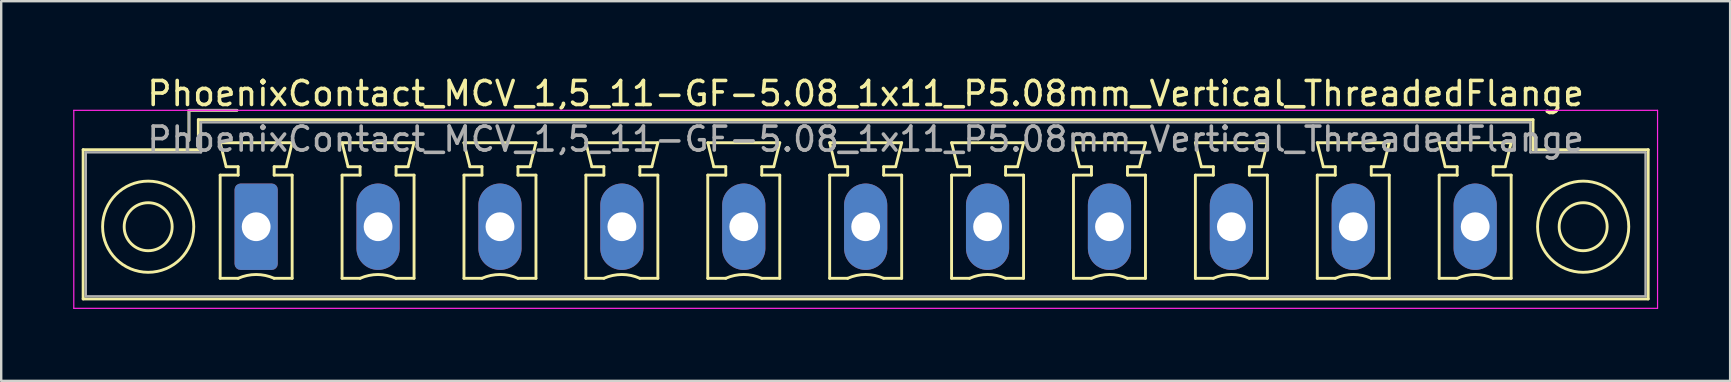
<source format=kicad_pcb>
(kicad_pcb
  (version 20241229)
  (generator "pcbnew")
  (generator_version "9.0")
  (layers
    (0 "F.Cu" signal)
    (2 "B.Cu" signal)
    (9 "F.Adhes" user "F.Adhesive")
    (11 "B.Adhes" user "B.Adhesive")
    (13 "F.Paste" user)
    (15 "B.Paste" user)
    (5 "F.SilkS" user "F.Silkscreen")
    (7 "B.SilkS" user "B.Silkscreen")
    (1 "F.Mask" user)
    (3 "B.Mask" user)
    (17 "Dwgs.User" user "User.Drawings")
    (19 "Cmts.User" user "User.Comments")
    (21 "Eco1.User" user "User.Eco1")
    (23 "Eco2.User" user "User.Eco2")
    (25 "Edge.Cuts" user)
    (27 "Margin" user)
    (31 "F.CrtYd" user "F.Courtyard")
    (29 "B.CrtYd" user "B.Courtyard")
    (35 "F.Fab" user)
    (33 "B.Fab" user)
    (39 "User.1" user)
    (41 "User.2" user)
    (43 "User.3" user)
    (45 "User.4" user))
  (footprint "PhoenixContact_MCV_1,5_11-GF-5.08_1x11_P5.08mm_Vertical_ThreadedFlange"
    (layer "F.Cu")
    (at 7.625 6.398)
    (property "Reference" "PhoenixContact_MCV_1,5_11-GF-5.08_1x11_P5.08mm_Vertical_ThreadedFlange" (at 25.4 -5.55 0) (layer "F.SilkS") (effects (font (size 1 1) (thickness 0.15))))
    (attr through_hole)
    (fp_line (start -7.21 -3.21) (end -7.21 3.01) (stroke (width 0.12) (type solid)) (layer "F.SilkS"))
    (fp_line (start -7.21 3.01) (end 58.01 3.01) (stroke (width 0.12) (type solid)) (layer "F.SilkS"))
    (fp_line (start -2.8 -4.85) (end -0.8 -4.85) (stroke (width 0.12) (type solid)) (layer "F.SilkS"))
    (fp_line (start -2.8 -3.6) (end -2.8 -4.85) (stroke (width 0.12) (type solid)) (layer "F.SilkS"))
    (fp_line (start -2.41 -4.46) (end -2.41 -3.21) (stroke (width 0.12) (type solid)) (layer "F.SilkS"))
    (fp_line (start -2.41 -3.21) (end -7.21 -3.21) (stroke (width 0.12) (type solid)) (layer "F.SilkS"))
    (fp_line (start -1.5 -3.5) (end 1.5 -3.5) (stroke (width 0.12) (type solid)) (layer "F.SilkS"))
    (fp_line (start -1.5 -2.15) (end -0.75 -2.15) (stroke (width 0.12) (type solid)) (layer "F.SilkS"))
    (fp_line (start -1.5 2.15) (end -1.5 -2.15) (stroke (width 0.12) (type solid)) (layer "F.SilkS"))
    (fp_line (start -1.25 -2.5) (end -1.5 -3.5) (stroke (width 0.12) (type solid)) (layer "F.SilkS"))
    (fp_line (start -0.75 -2.5) (end -1.25 -2.5) (stroke (width 0.12) (type solid)) (layer "F.SilkS"))
    (fp_line (start -0.75 -2.15) (end -0.75 -2.5) (stroke (width 0.12) (type solid)) (layer "F.SilkS"))
    (fp_line (start -0.75 2.15) (end -1.5 2.15) (stroke (width 0.12) (type solid)) (layer "F.SilkS"))
    (fp_line (start 0.75 -2.5) (end 0.75 -2.15) (stroke (width 0.12) (type solid)) (layer "F.SilkS"))
    (fp_line (start 0.75 -2.15) (end 1.5 -2.15) (stroke (width 0.12) (type solid)) (layer "F.SilkS"))
    (fp_line (start 1.25 -2.5) (end 0.75 -2.5) (stroke (width 0.12) (type solid)) (layer "F.SilkS"))
    (fp_line (start 1.5 -3.5) (end 1.25 -2.5) (stroke (width 0.12) (type solid)) (layer "F.SilkS"))
    (fp_line (start 1.5 -2.15) (end 1.5 2.15) (stroke (width 0.12) (type solid)) (layer "F.SilkS"))
    (fp_line (start 1.5 2.15) (end 0.75 2.15) (stroke (width 0.12) (type solid)) (layer "F.SilkS"))
    (fp_line (start 3.58 -3.5) (end 6.58 -3.5) (stroke (width 0.12) (type solid)) (layer "F.SilkS"))
    (fp_line (start 3.58 -2.15) (end 4.33 -2.15) (stroke (width 0.12) (type solid)) (layer "F.SilkS"))
    (fp_line (start 3.58 2.15) (end 3.58 -2.15) (stroke (width 0.12) (type solid)) (layer "F.SilkS"))
    (fp_line (start 3.83 -2.5) (end 3.58 -3.5) (stroke (width 0.12) (type solid)) (layer "F.SilkS"))
    (fp_line (start 4.33 -2.5) (end 3.83 -2.5) (stroke (width 0.12) (type solid)) (layer "F.SilkS"))
    (fp_line (start 4.33 -2.15) (end 4.33 -2.5) (stroke (width 0.12) (type solid)) (layer "F.SilkS"))
    (fp_line (start 4.33 2.15) (end 3.58 2.15) (stroke (width 0.12) (type solid)) (layer "F.SilkS"))
    (fp_line (start 5.83 -2.5) (end 5.83 -2.15) (stroke (width 0.12) (type solid)) (layer "F.SilkS"))
    (fp_line (start 5.83 -2.15) (end 6.58 -2.15) (stroke (width 0.12) (type solid)) (layer "F.SilkS"))
    (fp_line (start 6.33 -2.5) (end 5.83 -2.5) (stroke (width 0.12) (type solid)) (layer "F.SilkS"))
    (fp_line (start 6.58 -3.5) (end 6.33 -2.5) (stroke (width 0.12) (type solid)) (layer "F.SilkS"))
    (fp_line (start 6.58 -2.15) (end 6.58 2.15) (stroke (width 0.12) (type solid)) (layer "F.SilkS"))
    (fp_line (start 6.58 2.15) (end 5.83 2.15) (stroke (width 0.12) (type solid)) (layer "F.SilkS"))
    (fp_line (start 8.66 -3.5) (end 11.66 -3.5) (stroke (width 0.12) (type solid)) (layer "F.SilkS"))
    (fp_line (start 8.66 -2.15) (end 9.41 -2.15) (stroke (width 0.12) (type solid)) (layer "F.SilkS"))
    (fp_line (start 8.66 2.15) (end 8.66 -2.15) (stroke (width 0.12) (type solid)) (layer "F.SilkS"))
    (fp_line (start 8.91 -2.5) (end 8.66 -3.5) (stroke (width 0.12) (type solid)) (layer "F.SilkS"))
    (fp_line (start 9.41 -2.5) (end 8.91 -2.5) (stroke (width 0.12) (type solid)) (layer "F.SilkS"))
    (fp_line (start 9.41 -2.15) (end 9.41 -2.5) (stroke (width 0.12) (type solid)) (layer "F.SilkS"))
    (fp_line (start 9.41 2.15) (end 8.66 2.15) (stroke (width 0.12) (type solid)) (layer "F.SilkS"))
    (fp_line (start 10.91 -2.5) (end 10.91 -2.15) (stroke (width 0.12) (type solid)) (layer "F.SilkS"))
    (fp_line (start 10.91 -2.15) (end 11.66 -2.15) (stroke (width 0.12) (type solid)) (layer "F.SilkS"))
    (fp_line (start 11.41 -2.5) (end 10.91 -2.5) (stroke (width 0.12) (type solid)) (layer "F.SilkS"))
    (fp_line (start 11.66 -3.5) (end 11.41 -2.5) (stroke (width 0.12) (type solid)) (layer "F.SilkS"))
    (fp_line (start 11.66 -2.15) (end 11.66 2.15) (stroke (width 0.12) (type solid)) (layer "F.SilkS"))
    (fp_line (start 11.66 2.15) (end 10.91 2.15) (stroke (width 0.12) (type solid)) (layer "F.SilkS"))
    (fp_line (start 13.74 -3.5) (end 16.74 -3.5) (stroke (width 0.12) (type solid)) (layer "F.SilkS"))
    (fp_line (start 13.74 -2.15) (end 14.49 -2.15) (stroke (width 0.12) (type solid)) (layer "F.SilkS"))
    (fp_line (start 13.74 2.15) (end 13.74 -2.15) (stroke (width 0.12) (type solid)) (layer "F.SilkS"))
    (fp_line (start 13.99 -2.5) (end 13.74 -3.5) (stroke (width 0.12) (type solid)) (layer "F.SilkS"))
    (fp_line (start 14.49 -2.5) (end 13.99 -2.5) (stroke (width 0.12) (type solid)) (layer "F.SilkS"))
    (fp_line (start 14.49 -2.15) (end 14.49 -2.5) (stroke (width 0.12) (type solid)) (layer "F.SilkS"))
    (fp_line (start 14.49 2.15) (end 13.74 2.15) (stroke (width 0.12) (type solid)) (layer "F.SilkS"))
    (fp_line (start 15.99 -2.5) (end 15.99 -2.15) (stroke (width 0.12) (type solid)) (layer "F.SilkS"))
    (fp_line (start 15.99 -2.15) (end 16.74 -2.15) (stroke (width 0.12) (type solid)) (layer "F.SilkS"))
    (fp_line (start 16.49 -2.5) (end 15.99 -2.5) (stroke (width 0.12) (type solid)) (layer "F.SilkS"))
    (fp_line (start 16.74 -3.5) (end 16.49 -2.5) (stroke (width 0.12) (type solid)) (layer "F.SilkS"))
    (fp_line (start 16.74 -2.15) (end 16.74 2.15) (stroke (width 0.12) (type solid)) (layer "F.SilkS"))
    (fp_line (start 16.74 2.15) (end 15.99 2.15) (stroke (width 0.12) (type solid)) (layer "F.SilkS"))
    (fp_line (start 18.82 -3.5) (end 21.82 -3.5) (stroke (width 0.12) (type solid)) (layer "F.SilkS"))
    (fp_line (start 18.82 -2.15) (end 19.57 -2.15) (stroke (width 0.12) (type solid)) (layer "F.SilkS"))
    (fp_line (start 18.82 2.15) (end 18.82 -2.15) (stroke (width 0.12) (type solid)) (layer "F.SilkS"))
    (fp_line (start 19.07 -2.5) (end 18.82 -3.5) (stroke (width 0.12) (type solid)) (layer "F.SilkS"))
    (fp_line (start 19.57 -2.5) (end 19.07 -2.5) (stroke (width 0.12) (type solid)) (layer "F.SilkS"))
    (fp_line (start 19.57 -2.15) (end 19.57 -2.5) (stroke (width 0.12) (type solid)) (layer "F.SilkS"))
    (fp_line (start 19.57 2.15) (end 18.82 2.15) (stroke (width 0.12) (type solid)) (layer "F.SilkS"))
    (fp_line (start 21.07 -2.5) (end 21.07 -2.15) (stroke (width 0.12) (type solid)) (layer "F.SilkS"))
    (fp_line (start 21.07 -2.15) (end 21.82 -2.15) (stroke (width 0.12) (type solid)) (layer "F.SilkS"))
    (fp_line (start 21.57 -2.5) (end 21.07 -2.5) (stroke (width 0.12) (type solid)) (layer "F.SilkS"))
    (fp_line (start 21.82 -3.5) (end 21.57 -2.5) (stroke (width 0.12) (type solid)) (layer "F.SilkS"))
    (fp_line (start 21.82 -2.15) (end 21.82 2.15) (stroke (width 0.12) (type solid)) (layer "F.SilkS"))
    (fp_line (start 21.82 2.15) (end 21.07 2.15) (stroke (width 0.12) (type solid)) (layer "F.SilkS"))
    (fp_line (start 23.9 -3.5) (end 26.9 -3.5) (stroke (width 0.12) (type solid)) (layer "F.SilkS"))
    (fp_line (start 23.9 -2.15) (end 24.65 -2.15) (stroke (width 0.12) (type solid)) (layer "F.SilkS"))
    (fp_line (start 23.9 2.15) (end 23.9 -2.15) (stroke (width 0.12) (type solid)) (layer "F.SilkS"))
    (fp_line (start 24.15 -2.5) (end 23.9 -3.5) (stroke (width 0.12) (type solid)) (layer "F.SilkS"))
    (fp_line (start 24.65 -2.5) (end 24.15 -2.5) (stroke (width 0.12) (type solid)) (layer "F.SilkS"))
    (fp_line (start 24.65 -2.15) (end 24.65 -2.5) (stroke (width 0.12) (type solid)) (layer "F.SilkS"))
    (fp_line (start 24.65 2.15) (end 23.9 2.15) (stroke (width 0.12) (type solid)) (layer "F.SilkS"))
    (fp_line (start 26.15 -2.5) (end 26.15 -2.15) (stroke (width 0.12) (type solid)) (layer "F.SilkS"))
    (fp_line (start 26.15 -2.15) (end 26.9 -2.15) (stroke (width 0.12) (type solid)) (layer "F.SilkS"))
    (fp_line (start 26.65 -2.5) (end 26.15 -2.5) (stroke (width 0.12) (type solid)) (layer "F.SilkS"))
    (fp_line (start 26.9 -3.5) (end 26.65 -2.5) (stroke (width 0.12) (type solid)) (layer "F.SilkS"))
    (fp_line (start 26.9 -2.15) (end 26.9 2.15) (stroke (width 0.12) (type solid)) (layer "F.SilkS"))
    (fp_line (start 26.9 2.15) (end 26.15 2.15) (stroke (width 0.12) (type solid)) (layer "F.SilkS"))
    (fp_line (start 28.98 -3.5) (end 31.98 -3.5) (stroke (width 0.12) (type solid)) (layer "F.SilkS"))
    (fp_line (start 28.98 -2.15) (end 29.73 -2.15) (stroke (width 0.12) (type solid)) (layer "F.SilkS"))
    (fp_line (start 28.98 2.15) (end 28.98 -2.15) (stroke (width 0.12) (type solid)) (layer "F.SilkS"))
    (fp_line (start 29.23 -2.5) (end 28.98 -3.5) (stroke (width 0.12) (type solid)) (layer "F.SilkS"))
    (fp_line (start 29.73 -2.5) (end 29.23 -2.5) (stroke (width 0.12) (type solid)) (layer "F.SilkS"))
    (fp_line (start 29.73 -2.15) (end 29.73 -2.5) (stroke (width 0.12) (type solid)) (layer "F.SilkS"))
    (fp_line (start 29.73 2.15) (end 28.98 2.15) (stroke (width 0.12) (type solid)) (layer "F.SilkS"))
    (fp_line (start 31.23 -2.5) (end 31.23 -2.15) (stroke (width 0.12) (type solid)) (layer "F.SilkS"))
    (fp_line (start 31.23 -2.15) (end 31.98 -2.15) (stroke (width 0.12) (type solid)) (layer "F.SilkS"))
    (fp_line (start 31.73 -2.5) (end 31.23 -2.5) (stroke (width 0.12) (type solid)) (layer "F.SilkS"))
    (fp_line (start 31.98 -3.5) (end 31.73 -2.5) (stroke (width 0.12) (type solid)) (layer "F.SilkS"))
    (fp_line (start 31.98 -2.15) (end 31.98 2.15) (stroke (width 0.12) (type solid)) (layer "F.SilkS"))
    (fp_line (start 31.98 2.15) (end 31.23 2.15) (stroke (width 0.12) (type solid)) (layer "F.SilkS"))
    (fp_line (start 34.06 -3.5) (end 37.06 -3.5) (stroke (width 0.12) (type solid)) (layer "F.SilkS"))
    (fp_line (start 34.06 -2.15) (end 34.81 -2.15) (stroke (width 0.12) (type solid)) (layer "F.SilkS"))
    (fp_line (start 34.06 2.15) (end 34.06 -2.15) (stroke (width 0.12) (type solid)) (layer "F.SilkS"))
    (fp_line (start 34.31 -2.5) (end 34.06 -3.5) (stroke (width 0.12) (type solid)) (layer "F.SilkS"))
    (fp_line (start 34.81 -2.5) (end 34.31 -2.5) (stroke (width 0.12) (type solid)) (layer "F.SilkS"))
    (fp_line (start 34.81 -2.15) (end 34.81 -2.5) (stroke (width 0.12) (type solid)) (layer "F.SilkS"))
    (fp_line (start 34.81 2.15) (end 34.06 2.15) (stroke (width 0.12) (type solid)) (layer "F.SilkS"))
    (fp_line (start 36.31 -2.5) (end 36.31 -2.15) (stroke (width 0.12) (type solid)) (layer "F.SilkS"))
    (fp_line (start 36.31 -2.15) (end 37.06 -2.15) (stroke (width 0.12) (type solid)) (layer "F.SilkS"))
    (fp_line (start 36.81 -2.5) (end 36.31 -2.5) (stroke (width 0.12) (type solid)) (layer "F.SilkS"))
    (fp_line (start 37.06 -3.5) (end 36.81 -2.5) (stroke (width 0.12) (type solid)) (layer "F.SilkS"))
    (fp_line (start 37.06 -2.15) (end 37.06 2.15) (stroke (width 0.12) (type solid)) (layer "F.SilkS"))
    (fp_line (start 37.06 2.15) (end 36.31 2.15) (stroke (width 0.12) (type solid)) (layer "F.SilkS"))
    (fp_line (start 39.14 -3.5) (end 42.14 -3.5) (stroke (width 0.12) (type solid)) (layer "F.SilkS"))
    (fp_line (start 39.14 -2.15) (end 39.89 -2.15) (stroke (width 0.12) (type solid)) (layer "F.SilkS"))
    (fp_line (start 39.14 2.15) (end 39.14 -2.15) (stroke (width 0.12) (type solid)) (layer "F.SilkS"))
    (fp_line (start 39.39 -2.5) (end 39.14 -3.5) (stroke (width 0.12) (type solid)) (layer "F.SilkS"))
    (fp_line (start 39.89 -2.5) (end 39.39 -2.5) (stroke (width 0.12) (type solid)) (layer "F.SilkS"))
    (fp_line (start 39.89 -2.15) (end 39.89 -2.5) (stroke (width 0.12) (type solid)) (layer "F.SilkS"))
    (fp_line (start 39.89 2.15) (end 39.14 2.15) (stroke (width 0.12) (type solid)) (layer "F.SilkS"))
    (fp_line (start 41.39 -2.5) (end 41.39 -2.15) (stroke (width 0.12) (type solid)) (layer "F.SilkS"))
    (fp_line (start 41.39 -2.15) (end 42.14 -2.15) (stroke (width 0.12) (type solid)) (layer "F.SilkS"))
    (fp_line (start 41.89 -2.5) (end 41.39 -2.5) (stroke (width 0.12) (type solid)) (layer "F.SilkS"))
    (fp_line (start 42.14 -3.5) (end 41.89 -2.5) (stroke (width 0.12) (type solid)) (layer "F.SilkS"))
    (fp_line (start 42.14 -2.15) (end 42.14 2.15) (stroke (width 0.12) (type solid)) (layer "F.SilkS"))
    (fp_line (start 42.14 2.15) (end 41.39 2.15) (stroke (width 0.12) (type solid)) (layer "F.SilkS"))
    (fp_line (start 44.22 -3.5) (end 47.22 -3.5) (stroke (width 0.12) (type solid)) (layer "F.SilkS"))
    (fp_line (start 44.22 -2.15) (end 44.97 -2.15) (stroke (width 0.12) (type solid)) (layer "F.SilkS"))
    (fp_line (start 44.22 2.15) (end 44.22 -2.15) (stroke (width 0.12) (type solid)) (layer "F.SilkS"))
    (fp_line (start 44.47 -2.5) (end 44.22 -3.5) (stroke (width 0.12) (type solid)) (layer "F.SilkS"))
    (fp_line (start 44.97 -2.5) (end 44.47 -2.5) (stroke (width 0.12) (type solid)) (layer "F.SilkS"))
    (fp_line (start 44.97 -2.15) (end 44.97 -2.5) (stroke (width 0.12) (type solid)) (layer "F.SilkS"))
    (fp_line (start 44.97 2.15) (end 44.22 2.15) (stroke (width 0.12) (type solid)) (layer "F.SilkS"))
    (fp_line (start 46.47 -2.5) (end 46.47 -2.15) (stroke (width 0.12) (type solid)) (layer "F.SilkS"))
    (fp_line (start 46.47 -2.15) (end 47.22 -2.15) (stroke (width 0.12) (type solid)) (layer "F.SilkS"))
    (fp_line (start 46.97 -2.5) (end 46.47 -2.5) (stroke (width 0.12) (type solid)) (layer "F.SilkS"))
    (fp_line (start 47.22 -3.5) (end 46.97 -2.5) (stroke (width 0.12) (type solid)) (layer "F.SilkS"))
    (fp_line (start 47.22 -2.15) (end 47.22 2.15) (stroke (width 0.12) (type solid)) (layer "F.SilkS"))
    (fp_line (start 47.22 2.15) (end 46.47 2.15) (stroke (width 0.12) (type solid)) (layer "F.SilkS"))
    (fp_line (start 49.3 -3.5) (end 52.3 -3.5) (stroke (width 0.12) (type solid)) (layer "F.SilkS"))
    (fp_line (start 49.3 -2.15) (end 50.05 -2.15) (stroke (width 0.12) (type solid)) (layer "F.SilkS"))
    (fp_line (start 49.3 2.15) (end 49.3 -2.15) (stroke (width 0.12) (type solid)) (layer "F.SilkS"))
    (fp_line (start 49.55 -2.5) (end 49.3 -3.5) (stroke (width 0.12) (type solid)) (layer "F.SilkS"))
    (fp_line (start 50.05 -2.5) (end 49.55 -2.5) (stroke (width 0.12) (type solid)) (layer "F.SilkS"))
    (fp_line (start 50.05 -2.15) (end 50.05 -2.5) (stroke (width 0.12) (type solid)) (layer "F.SilkS"))
    (fp_line (start 50.05 2.15) (end 49.3 2.15) (stroke (width 0.12) (type solid)) (layer "F.SilkS"))
    (fp_line (start 51.55 -2.5) (end 51.55 -2.15) (stroke (width 0.12) (type solid)) (layer "F.SilkS"))
    (fp_line (start 51.55 -2.15) (end 52.3 -2.15) (stroke (width 0.12) (type solid)) (layer "F.SilkS"))
    (fp_line (start 52.05 -2.5) (end 51.55 -2.5) (stroke (width 0.12) (type solid)) (layer "F.SilkS"))
    (fp_line (start 52.3 -3.5) (end 52.05 -2.5) (stroke (width 0.12) (type solid)) (layer "F.SilkS"))
    (fp_line (start 52.3 -2.15) (end 52.3 2.15) (stroke (width 0.12) (type solid)) (layer "F.SilkS"))
    (fp_line (start 52.3 2.15) (end 51.55 2.15) (stroke (width 0.12) (type solid)) (layer "F.SilkS"))
    (fp_line (start 53.21 -4.46) (end -2.41 -4.46) (stroke (width 0.12) (type solid)) (layer "F.SilkS"))
    (fp_line (start 53.21 -3.21) (end 53.21 -4.46) (stroke (width 0.12) (type solid)) (layer "F.SilkS"))
    (fp_line (start 58.01 -3.21) (end 53.21 -3.21) (stroke (width 0.12) (type solid)) (layer "F.SilkS"))
    (fp_line (start 58.01 3.01) (end 58.01 -3.21) (stroke (width 0.12) (type solid)) (layer "F.SilkS"))
    (fp_arc (start -0.75 2.15) (mid -0.000193 1.99191) (end 0.749647 2.149844) (stroke (width 0.12) (type solid)) (layer "F.SilkS"))
    (fp_arc (start 4.33 2.15) (mid 5.079807 1.99191) (end 5.829647 2.149844) (stroke (width 0.12) (type solid)) (layer "F.SilkS"))
    (fp_arc (start 9.41 2.15) (mid 10.159807 1.99191) (end 10.909647 2.149844) (stroke (width 0.12) (type solid)) (layer "F.SilkS"))
    (fp_arc (start 14.49 2.15) (mid 15.239807 1.99191) (end 15.989647 2.149844) (stroke (width 0.12) (type solid)) (layer "F.SilkS"))
    (fp_arc (start 19.57 2.15) (mid 20.319807 1.99191) (end 21.069647 2.149844) (stroke (width 0.12) (type solid)) (layer "F.SilkS"))
    (fp_arc (start 24.65 2.15) (mid 25.399807 1.99191) (end 26.149647 2.149844) (stroke (width 0.12) (type solid)) (layer "F.SilkS"))
    (fp_arc (start 29.73 2.15) (mid 30.479807 1.99191) (end 31.229647 2.149844) (stroke (width 0.12) (type solid)) (layer "F.SilkS"))
    (fp_arc (start 34.81 2.15) (mid 35.559807 1.99191) (end 36.309647 2.149844) (stroke (width 0.12) (type solid)) (layer "F.SilkS"))
    (fp_arc (start 39.89 2.15) (mid 40.639807 1.99191) (end 41.389647 2.149844) (stroke (width 0.12) (type solid)) (layer "F.SilkS"))
    (fp_arc (start 44.97 2.15) (mid 45.719807 1.99191) (end 46.469647 2.149844) (stroke (width 0.12) (type solid)) (layer "F.SilkS"))
    (fp_arc (start 50.05 2.15) (mid 50.799807 1.99191) (end 51.549647 2.149844) (stroke (width 0.12) (type solid)) (layer "F.SilkS"))
    (fp_circle (center -4.5 0) (end -3.5 0) (stroke (width 0.12) (type solid)) (fill no) (layer "F.SilkS"))
    (fp_circle (center -4.5 0) (end -2.6 0) (stroke (width 0.12) (type solid)) (fill no) (layer "F.SilkS"))
    (fp_circle (center 55.3 0) (end 56.3 0) (stroke (width 0.12) (type solid)) (fill no) (layer "F.SilkS"))
    (fp_circle (center 55.3 0) (end 57.2 0) (stroke (width 0.12) (type solid)) (fill no) (layer "F.SilkS"))
    (fp_line (start -7.6 -4.85) (end -7.6 3.4) (stroke (width 0.05) (type solid)) (layer "F.CrtYd"))
    (fp_line (start -7.6 3.4) (end 58.4 3.4) (stroke (width 0.05) (type solid)) (layer "F.CrtYd"))
    (fp_line (start 58.4 -4.85) (end -7.6 -4.85) (stroke (width 0.05) (type solid)) (layer "F.CrtYd"))
    (fp_line (start 58.4 3.4) (end 58.4 -4.85) (stroke (width 0.05) (type solid)) (layer "F.CrtYd"))
    (fp_line (start -7.1 -3.1) (end -7.1 2.9) (stroke (width 0.1) (type solid)) (layer "F.Fab"))
    (fp_line (start -7.1 2.9) (end 57.9 2.9) (stroke (width 0.1) (type solid)) (layer "F.Fab"))
    (fp_line (start -2.8 -4.85) (end -0.8 -4.85) (stroke (width 0.1) (type solid)) (layer "F.Fab"))
    (fp_line (start -2.8 -3.6) (end -2.8 -4.85) (stroke (width 0.1) (type solid)) (layer "F.Fab"))
    (fp_line (start -2.3 -4.35) (end -2.3 -3.1) (stroke (width 0.1) (type solid)) (layer "F.Fab"))
    (fp_line (start -2.3 -3.1) (end -7.1 -3.1) (stroke (width 0.1) (type solid)) (layer "F.Fab"))
    (fp_line (start 53.1 -4.35) (end -2.3 -4.35) (stroke (width 0.1) (type solid)) (layer "F.Fab"))
    (fp_line (start 53.1 -3.1) (end 53.1 -4.35) (stroke (width 0.1) (type solid)) (layer "F.Fab"))
    (fp_line (start 57.9 -3.1) (end 53.1 -3.1) (stroke (width 0.1) (type solid)) (layer "F.Fab"))
    (fp_line (start 57.9 2.9) (end 57.9 -3.1) (stroke (width 0.1) (type solid)) (layer "F.Fab"))
    (fp_text user "${REFERENCE}" (at 25.4 -3.65 0) (layer "F.Fab") (effects (font (size 1 1) (thickness 0.15))))
    (pad "1" thru_hole roundrect (at 0 0) (size 1.8 3.6) (drill 1.2) (layers "*.Cu" "*.Mask") (roundrect_rratio 0.139))
    (pad "2" thru_hole oval (at 5.08 0) (size 1.8 3.6) (drill 1.2) (layers "*.Cu" "*.Mask"))
    (pad "3" thru_hole oval (at 10.16 0) (size 1.8 3.6) (drill 1.2) (layers "*.Cu" "*.Mask"))
    (pad "4" thru_hole oval (at 15.24 0) (size 1.8 3.6) (drill 1.2) (layers "*.Cu" "*.Mask"))
    (pad "5" thru_hole oval (at 20.32 0) (size 1.8 3.6) (drill 1.2) (layers "*.Cu" "*.Mask"))
    (pad "6" thru_hole oval (at 25.4 0) (size 1.8 3.6) (drill 1.2) (layers "*.Cu" "*.Mask"))
    (pad "7" thru_hole oval (at 30.48 0) (size 1.8 3.6) (drill 1.2) (layers "*.Cu" "*.Mask"))
    (pad "8" thru_hole oval (at 35.56 0) (size 1.8 3.6) (drill 1.2) (layers "*.Cu" "*.Mask"))
    (pad "9" thru_hole oval (at 40.64 0) (size 1.8 3.6) (drill 1.2) (layers "*.Cu" "*.Mask"))
    (pad "10" thru_hole oval (at 45.72 0) (size 1.8 3.6) (drill 1.2) (layers "*.Cu" "*.Mask"))
    (pad "11" thru_hole oval (at 50.8 0) (size 1.8 3.6) (drill 1.2) (layers "*.Cu" "*.Mask")))
  (gr_rect
    (start -3 -3)
    (end 69.05 12.823)
    (stroke (width 0.1) (type default))
    (fill no)
    (layer "Edge.Cuts")))
</source>
